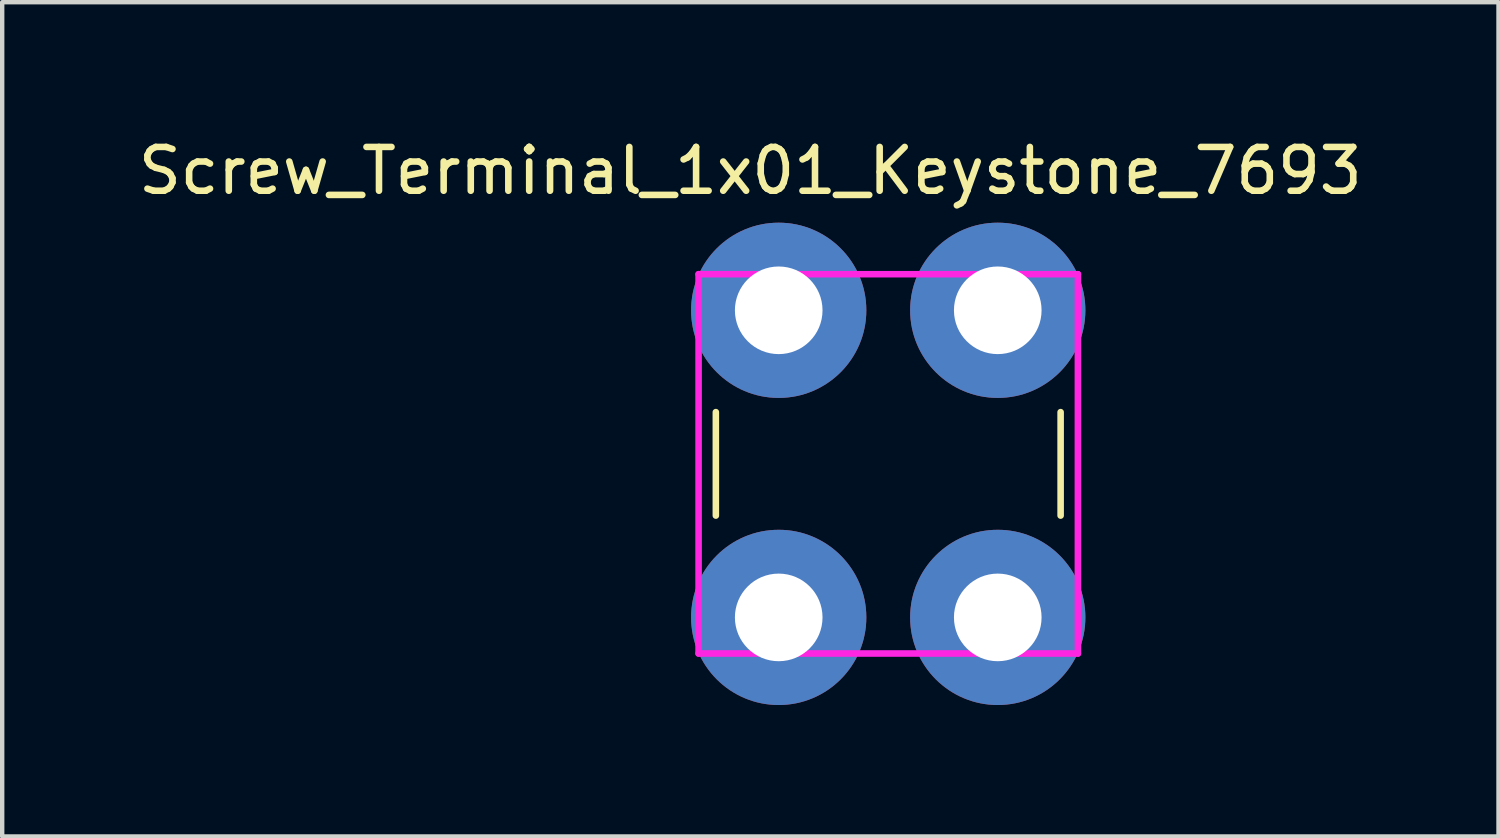
<source format=kicad_pcb>
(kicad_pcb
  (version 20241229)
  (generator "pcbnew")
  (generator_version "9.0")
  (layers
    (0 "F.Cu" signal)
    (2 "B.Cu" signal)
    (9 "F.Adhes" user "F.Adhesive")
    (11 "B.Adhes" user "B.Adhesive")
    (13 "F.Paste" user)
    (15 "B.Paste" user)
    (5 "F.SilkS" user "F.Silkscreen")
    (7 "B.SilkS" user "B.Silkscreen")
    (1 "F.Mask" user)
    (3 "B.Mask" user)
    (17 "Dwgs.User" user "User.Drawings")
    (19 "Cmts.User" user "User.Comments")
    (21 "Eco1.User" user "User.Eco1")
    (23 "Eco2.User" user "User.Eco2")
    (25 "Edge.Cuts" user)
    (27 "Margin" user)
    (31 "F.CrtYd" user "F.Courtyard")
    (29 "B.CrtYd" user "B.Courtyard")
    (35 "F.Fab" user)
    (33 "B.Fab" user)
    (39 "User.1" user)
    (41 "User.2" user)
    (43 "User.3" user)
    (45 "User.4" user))
  (footprint "Screw_Terminal_1x01_Keystone_7693"
    (layer "F.Cu")
    (at 17.225 7.538)
    (property "Reference" "Screw_Terminal_1x01_Keystone_7693" (at -3.148 -6.689 0) (layer "F.SilkS") (effects (font (size 1 1) (thickness 0.15))))
    (attr through_hole)
    (fp_line (start -3.935 1.181) (end -3.935 -1.181) (stroke (width 0.15) (type solid)) (layer "F.SilkS"))
    (fp_line (start 3.935 -1.181) (end 3.935 1.181) (stroke (width 0.15) (type solid)) (layer "F.SilkS"))
    (fp_line (start -4.329 -4.329) (end -4.329 4.329) (stroke (width 0.15) (type solid)) (layer "F.CrtYd"))
    (fp_line (start -4.329 4.329) (end 4.329 4.329) (stroke (width 0.15) (type solid)) (layer "F.CrtYd"))
    (fp_line (start 4.329 -4.329) (end -4.329 -4.329) (stroke (width 0.15) (type solid)) (layer "F.CrtYd"))
    (fp_line (start 4.329 4.329) (end 4.329 -4.329) (stroke (width 0.15) (type solid)) (layer "F.CrtYd"))
    (pad "1" thru_hole circle (at -2.5 -3.505) (size 4 4) (drill 2) (layers "*.Cu" "*.Mask"))
    (pad "1" thru_hole circle (at -2.5 3.505) (size 4 4) (drill 2) (layers "*.Cu" "*.Mask"))
    (pad "1" thru_hole circle (at 2.5 -3.505) (size 4 4) (drill 2) (layers "*.Cu" "*.Mask"))
    (pad "1" thru_hole circle (at 2.5 3.505) (size 4 4) (drill 2) (layers "*.Cu" "*.Mask")))
  (gr_rect
    (start -3 -3)
    (end 31.155 16.043)
    (stroke (width 0.1) (type default))
    (fill no)
    (layer "Edge.Cuts")))
</source>
